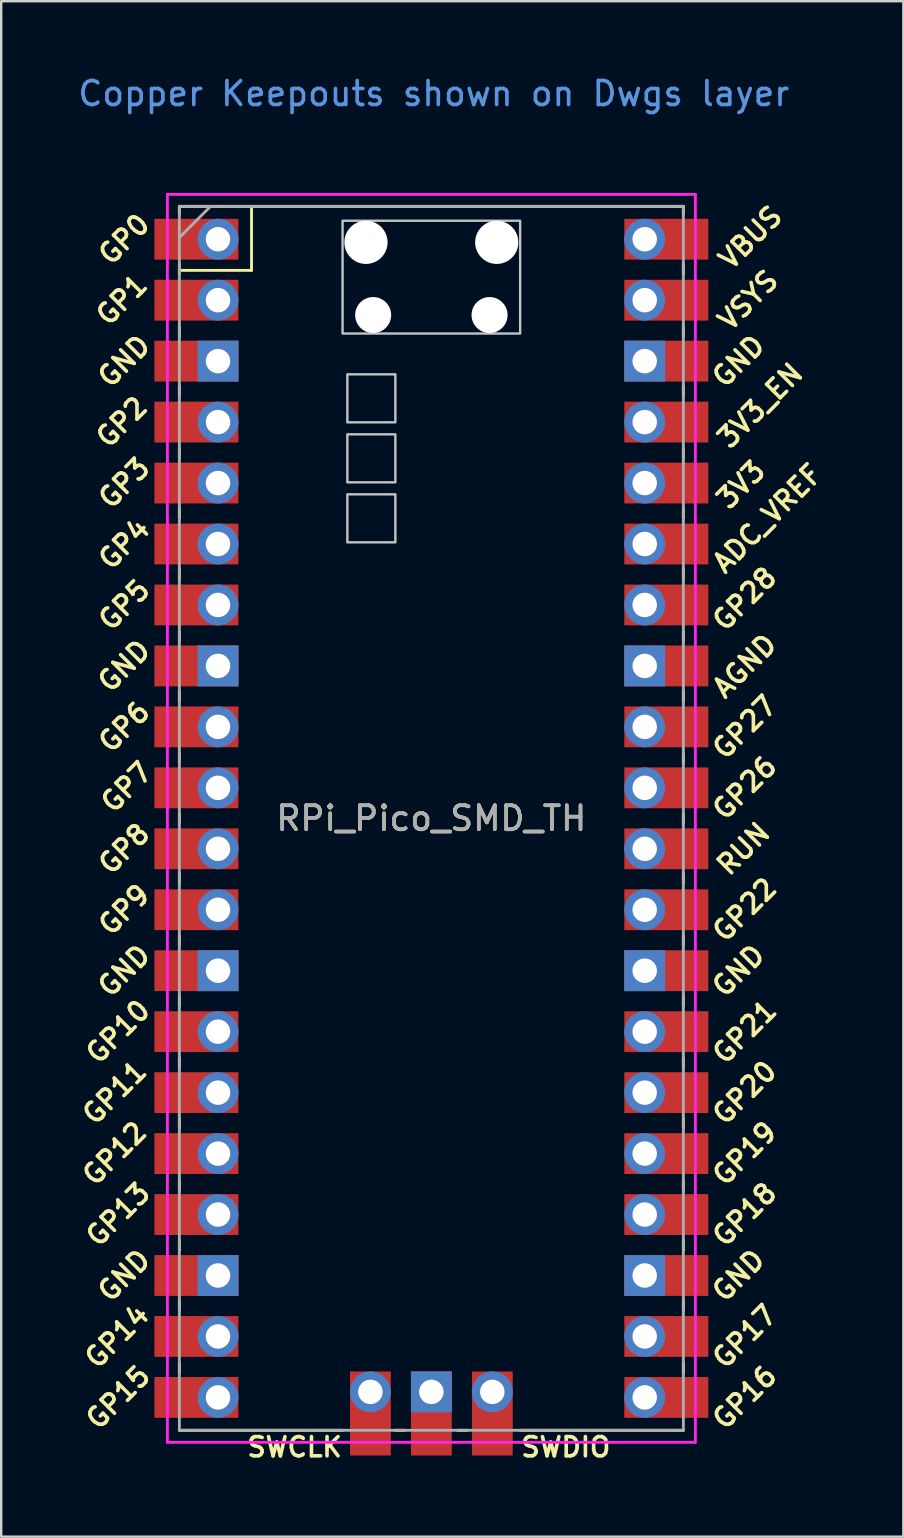
<source format=kicad_pcb>
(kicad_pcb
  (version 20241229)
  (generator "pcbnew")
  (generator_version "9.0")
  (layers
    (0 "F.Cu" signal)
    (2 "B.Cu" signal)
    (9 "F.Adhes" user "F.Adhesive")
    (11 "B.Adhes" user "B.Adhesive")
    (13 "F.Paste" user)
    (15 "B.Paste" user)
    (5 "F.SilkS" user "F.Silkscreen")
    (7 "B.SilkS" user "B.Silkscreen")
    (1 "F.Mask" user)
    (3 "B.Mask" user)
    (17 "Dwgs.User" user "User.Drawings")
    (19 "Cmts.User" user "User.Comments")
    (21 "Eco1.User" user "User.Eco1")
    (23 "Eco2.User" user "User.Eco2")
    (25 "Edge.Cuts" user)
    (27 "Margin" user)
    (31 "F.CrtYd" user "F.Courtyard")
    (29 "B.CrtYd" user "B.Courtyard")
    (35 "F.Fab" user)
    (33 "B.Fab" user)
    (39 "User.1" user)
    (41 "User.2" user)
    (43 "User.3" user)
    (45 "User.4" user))
  (footprint "RPi_Pico_SMD_TH"
    (layer "F.Cu")
    (at 14.924 31.048)
    (property "Reference" "RPi_Pico_SMD_TH" (at 0 0 0) (layer "F.SilkS") (effects (font (size 1 1) (thickness 0.15))))
    (attr through_hole)
    (fp_line (start -10.5 -25.5) (end -10.5 -25.2) (stroke (width 0.12) (type solid)) (layer "F.SilkS"))
    (fp_line (start -10.5 -25.5) (end 10.5 -25.5) (stroke (width 0.12) (type solid)) (layer "F.SilkS"))
    (fp_line (start -10.5 -23.1) (end -10.5 -22.7) (stroke (width 0.12) (type solid)) (layer "F.SilkS"))
    (fp_line (start -10.5 -22.833) (end -7.493 -22.833) (stroke (width 0.12) (type solid)) (layer "F.SilkS"))
    (fp_line (start -10.5 -20.5) (end -10.5 -20.1) (stroke (width 0.12) (type solid)) (layer "F.SilkS"))
    (fp_line (start -10.5 -18) (end -10.5 -17.6) (stroke (width 0.12) (type solid)) (layer "F.SilkS"))
    (fp_line (start -10.5 -15.4) (end -10.5 -15) (stroke (width 0.12) (type solid)) (layer "F.SilkS"))
    (fp_line (start -10.5 -12.9) (end -10.5 -12.5) (stroke (width 0.12) (type solid)) (layer "F.SilkS"))
    (fp_line (start -10.5 -10.4) (end -10.5 -10) (stroke (width 0.12) (type solid)) (layer "F.SilkS"))
    (fp_line (start -10.5 -7.8) (end -10.5 -7.4) (stroke (width 0.12) (type solid)) (layer "F.SilkS"))
    (fp_line (start -10.5 -5.3) (end -10.5 -4.9) (stroke (width 0.12) (type solid)) (layer "F.SilkS"))
    (fp_line (start -10.5 -2.7) (end -10.5 -2.3) (stroke (width 0.12) (type solid)) (layer "F.SilkS"))
    (fp_line (start -10.5 -0.2) (end -10.5 0.2) (stroke (width 0.12) (type solid)) (layer "F.SilkS"))
    (fp_line (start -10.5 2.3) (end -10.5 2.7) (stroke (width 0.12) (type solid)) (layer "F.SilkS"))
    (fp_line (start -10.5 4.9) (end -10.5 5.3) (stroke (width 0.12) (type solid)) (layer "F.SilkS"))
    (fp_line (start -10.5 7.4) (end -10.5 7.8) (stroke (width 0.12) (type solid)) (layer "F.SilkS"))
    (fp_line (start -10.5 10) (end -10.5 10.4) (stroke (width 0.12) (type solid)) (layer "F.SilkS"))
    (fp_line (start -10.5 12.5) (end -10.5 12.9) (stroke (width 0.12) (type solid)) (layer "F.SilkS"))
    (fp_line (start -10.5 15.1) (end -10.5 15.5) (stroke (width 0.12) (type solid)) (layer "F.SilkS"))
    (fp_line (start -10.5 17.6) (end -10.5 18) (stroke (width 0.12) (type solid)) (layer "F.SilkS"))
    (fp_line (start -10.5 20.1) (end -10.5 20.5) (stroke (width 0.12) (type solid)) (layer "F.SilkS"))
    (fp_line (start -10.5 22.7) (end -10.5 23.1) (stroke (width 0.12) (type solid)) (layer "F.SilkS"))
    (fp_line (start -7.493 -22.833) (end -7.493 -25.5) (stroke (width 0.12) (type solid)) (layer "F.SilkS"))
    (fp_line (start -3.7 25.5) (end -10.5 25.5) (stroke (width 0.12) (type solid)) (layer "F.SilkS"))
    (fp_line (start -1.5 25.5) (end -1.1 25.5) (stroke (width 0.12) (type solid)) (layer "F.SilkS"))
    (fp_line (start 1.1 25.5) (end 1.5 25.5) (stroke (width 0.12) (type solid)) (layer "F.SilkS"))
    (fp_line (start 10.5 -25.5) (end 10.5 -25.2) (stroke (width 0.12) (type solid)) (layer "F.SilkS"))
    (fp_line (start 10.5 -23.1) (end 10.5 -22.7) (stroke (width 0.12) (type solid)) (layer "F.SilkS"))
    (fp_line (start 10.5 -20.5) (end 10.5 -20.1) (stroke (width 0.12) (type solid)) (layer "F.SilkS"))
    (fp_line (start 10.5 -18) (end 10.5 -17.6) (stroke (width 0.12) (type solid)) (layer "F.SilkS"))
    (fp_line (start 10.5 -15.4) (end 10.5 -15) (stroke (width 0.12) (type solid)) (layer "F.SilkS"))
    (fp_line (start 10.5 -12.9) (end 10.5 -12.5) (stroke (width 0.12) (type solid)) (layer "F.SilkS"))
    (fp_line (start 10.5 -10.4) (end 10.5 -10) (stroke (width 0.12) (type solid)) (layer "F.SilkS"))
    (fp_line (start 10.5 -7.8) (end 10.5 -7.4) (stroke (width 0.12) (type solid)) (layer "F.SilkS"))
    (fp_line (start 10.5 -5.3) (end 10.5 -4.9) (stroke (width 0.12) (type solid)) (layer "F.SilkS"))
    (fp_line (start 10.5 -2.7) (end 10.5 -2.3) (stroke (width 0.12) (type solid)) (layer "F.SilkS"))
    (fp_line (start 10.5 -0.2) (end 10.5 0.2) (stroke (width 0.12) (type solid)) (layer "F.SilkS"))
    (fp_line (start 10.5 2.3) (end 10.5 2.7) (stroke (width 0.12) (type solid)) (layer "F.SilkS"))
    (fp_line (start 10.5 4.9) (end 10.5 5.3) (stroke (width 0.12) (type solid)) (layer "F.SilkS"))
    (fp_line (start 10.5 7.4) (end 10.5 7.8) (stroke (width 0.12) (type solid)) (layer "F.SilkS"))
    (fp_line (start 10.5 10) (end 10.5 10.4) (stroke (width 0.12) (type solid)) (layer "F.SilkS"))
    (fp_line (start 10.5 12.5) (end 10.5 12.9) (stroke (width 0.12) (type solid)) (layer "F.SilkS"))
    (fp_line (start 10.5 15.1) (end 10.5 15.5) (stroke (width 0.12) (type solid)) (layer "F.SilkS"))
    (fp_line (start 10.5 17.6) (end 10.5 18) (stroke (width 0.12) (type solid)) (layer "F.SilkS"))
    (fp_line (start 10.5 20.1) (end 10.5 20.5) (stroke (width 0.12) (type solid)) (layer "F.SilkS"))
    (fp_line (start 10.5 22.7) (end 10.5 23.1) (stroke (width 0.12) (type solid)) (layer "F.SilkS"))
    (fp_line (start 10.5 25.5) (end 3.7 25.5) (stroke (width 0.12) (type solid)) (layer "F.SilkS"))
    (fp_poly (pts (xy -1.5 -16.5) (xy -3.5 -16.5) (xy -3.5 -18.5) (xy -1.5 -18.5)) (stroke (width 0.1) (type solid)) (fill no) (layer "Dwgs.User"))
    (fp_poly (pts (xy -1.5 -14) (xy -3.5 -14) (xy -3.5 -16) (xy -1.5 -16)) (stroke (width 0.1) (type solid)) (fill no) (layer "Dwgs.User"))
    (fp_poly (pts (xy -1.5 -11.5) (xy -3.5 -11.5) (xy -3.5 -13.5) (xy -1.5 -13.5)) (stroke (width 0.1) (type solid)) (fill no) (layer "Dwgs.User"))
    (fp_poly (pts (xy 3.7 -20.2) (xy -3.7 -20.2) (xy -3.7 -24.9) (xy 3.7 -24.9)) (stroke (width 0.1) (type solid)) (fill no) (layer "Dwgs.User"))
    (fp_line (start -11 -26) (end 11 -26) (stroke (width 0.12) (type solid)) (layer "F.CrtYd"))
    (fp_line (start -11 26) (end -11 -26) (stroke (width 0.12) (type solid)) (layer "F.CrtYd"))
    (fp_line (start 11 -26) (end 11 26) (stroke (width 0.12) (type solid)) (layer "F.CrtYd"))
    (fp_line (start 11 26) (end -11 26) (stroke (width 0.12) (type solid)) (layer "F.CrtYd"))
    (fp_line (start -10.5 -25.5) (end 10.5 -25.5) (stroke (width 0.12) (type solid)) (layer "F.Fab"))
    (fp_line (start -10.5 -24.2) (end -9.2 -25.5) (stroke (width 0.12) (type solid)) (layer "F.Fab"))
    (fp_line (start -10.5 25.5) (end -10.5 -25.5) (stroke (width 0.12) (type solid)) (layer "F.Fab"))
    (fp_line (start 10.5 -25.5) (end 10.5 25.5) (stroke (width 0.12) (type solid)) (layer "F.Fab"))
    (fp_line (start 10.5 25.5) (end -10.5 25.5) (stroke (width 0.12) (type solid)) (layer "F.Fab"))
    (fp_text user "3V3" (at 12.9 -13.9 45) (layer "F.SilkS") (effects (font (size 0.8 0.8) (thickness 0.15))))
    (fp_text user "GP20" (at 13.054 11.43 45) (layer "F.SilkS") (effects (font (size 0.8 0.8) (thickness 0.15))))
    (fp_text user "GND" (at 12.8 -19.05 45) (layer "F.SilkS") (effects (font (size 0.8 0.8) (thickness 0.15))))
    (fp_text user "GP15" (at -13.054 24.13 45) (layer "F.SilkS") (effects (font (size 0.8 0.8) (thickness 0.15))))
    (fp_text user "ADC_VREF" (at 14 -12.5 45) (layer "F.SilkS") (effects (font (size 0.8 0.8) (thickness 0.15))))
    (fp_text user "GND" (at -12.8 6.35 45) (layer "F.SilkS") (effects (font (size 0.8 0.8) (thickness 0.15))))
    (fp_text user "GP9" (at -12.8 3.81 45) (layer "F.SilkS") (effects (font (size 0.8 0.8) (thickness 0.15))))
    (fp_text user "GP22" (at 13.054 3.81 45) (layer "F.SilkS") (effects (font (size 0.8 0.8) (thickness 0.15))))
    (fp_text user "GP0" (at -12.8 -24.13 45) (layer "F.SilkS") (effects (font (size 0.8 0.8) (thickness 0.15))))
    (fp_text user "GP18" (at 13.054 16.51 45) (layer "F.SilkS") (effects (font (size 0.8 0.8) (thickness 0.15))))
    (fp_text user "GP7" (at -12.7 -1.3 45) (layer "F.SilkS") (effects (font (size 0.8 0.8) (thickness 0.15))))
    (fp_text user "GND" (at -12.8 19.05 45) (layer "F.SilkS") (effects (font (size 0.8 0.8) (thickness 0.15))))
    (fp_text user "GND" (at -12.8 -6.35 45) (layer "F.SilkS") (effects (font (size 0.8 0.8) (thickness 0.15))))
    (fp_text user "GP19" (at 13.054 13.97 45) (layer "F.SilkS") (effects (font (size 0.8 0.8) (thickness 0.15))))
    (fp_text user "GP2" (at -12.9 -16.51 45) (layer "F.SilkS") (effects (font (size 0.8 0.8) (thickness 0.15))))
    (fp_text user "GP16" (at 13.054 24.13 45) (layer "F.SilkS") (effects (font (size 0.8 0.8) (thickness 0.15))))
    (fp_text user "GP26" (at 13.054 -1.27 45) (layer "F.SilkS") (effects (font (size 0.8 0.8) (thickness 0.15))))
    (fp_text user "GP17" (at 13.054 21.59 45) (layer "F.SilkS") (effects (font (size 0.8 0.8) (thickness 0.15))))
    (fp_text user "SWDIO" (at 5.6 26.2 0) (layer "F.SilkS") (effects (font (size 0.8 0.8) (thickness 0.15))))
    (fp_text user "GP28" (at 13.054 -9.144 45) (layer "F.SilkS") (effects (font (size 0.8 0.8) (thickness 0.15))))
    (fp_text user "3V3_EN" (at 13.7 -17.2 45) (layer "F.SilkS") (effects (font (size 0.8 0.8) (thickness 0.15))))
    (fp_text user "GP6" (at -12.8 -3.81 45) (layer "F.SilkS") (effects (font (size 0.8 0.8) (thickness 0.15))))
    (fp_text user "GP12" (at -13.2 13.97 45) (layer "F.SilkS") (effects (font (size 0.8 0.8) (thickness 0.15))))
    (fp_text user "GP8" (at -12.8 1.27 45) (layer "F.SilkS") (effects (font (size 0.8 0.8) (thickness 0.15))))
    (fp_text user "GP4" (at -12.8 -11.43 45) (layer "F.SilkS") (effects (font (size 0.8 0.8) (thickness 0.15))))
    (fp_text user "GP11" (at -13.2 11.43 45) (layer "F.SilkS") (effects (font (size 0.8 0.8) (thickness 0.15))))
    (fp_text user "GP10" (at -13.054 8.89 45) (layer "F.SilkS") (effects (font (size 0.8 0.8) (thickness 0.15))))
    (fp_text user "GP21" (at 13.054 8.9 45) (layer "F.SilkS") (effects (font (size 0.8 0.8) (thickness 0.15))))
    (fp_text user "GP1" (at -12.9 -21.6 45) (layer "F.SilkS") (effects (font (size 0.8 0.8) (thickness 0.15))))
    (fp_text user "GND" (at 12.8 6.35 45) (layer "F.SilkS") (effects (font (size 0.8 0.8) (thickness 0.15))))
    (fp_text user "GND" (at -12.8 -19.05 45) (layer "F.SilkS") (effects (font (size 0.8 0.8) (thickness 0.15))))
    (fp_text user "VSYS" (at 13.2 -21.59 45) (layer "F.SilkS") (effects (font (size 0.8 0.8) (thickness 0.15))))
    (fp_text user "GP3" (at -12.8 -13.97 45) (layer "F.SilkS") (effects (font (size 0.8 0.8) (thickness 0.15))))
    (fp_text user "GP14" (at -13.1 21.59 45) (layer "F.SilkS") (effects (font (size 0.8 0.8) (thickness 0.15))))
    (fp_text user "RUN" (at 13 1.27 45) (layer "F.SilkS") (effects (font (size 0.8 0.8) (thickness 0.15))))
    (fp_text user "GP13" (at -13.054 16.51 45) (layer "F.SilkS") (effects (font (size 0.8 0.8) (thickness 0.15))))
    (fp_text user "SWCLK" (at -5.7 26.2 0) (layer "F.SilkS") (effects (font (size 0.8 0.8) (thickness 0.15))))
    (fp_text user "GP5" (at -12.8 -8.89 45) (layer "F.SilkS") (effects (font (size 0.8 0.8) (thickness 0.15))))
    (fp_text user "VBUS" (at 13.3 -24.2 45) (layer "F.SilkS") (effects (font (size 0.8 0.8) (thickness 0.15))))
    (fp_text user "GND" (at 12.8 19.05 45) (layer "F.SilkS") (effects (font (size 0.8 0.8) (thickness 0.15))))
    (fp_text user "AGND" (at 13.054 -6.35 45) (layer "F.SilkS") (effects (font (size 0.8 0.8) (thickness 0.15))))
    (fp_text user "GP27" (at 13.054 -3.8 45) (layer "F.SilkS") (effects (font (size 0.8 0.8) (thickness 0.15))))
    (fp_text user "Copper Keepouts shown on Dwgs layer" (at 0.1 -30.2 0) (layer "Cmts.User") (effects (font (size 1 1) (thickness 0.15))))
    (fp_text user "${REFERENCE}" (at 0 0 180) (layer "F.Fab") (effects (font (size 1 1) (thickness 0.15))))
    (pad "" np_thru_hole oval (at -2.725 -24) (size 1.8 1.8) (drill 1.8) (layers "*.Cu" "*.Mask"))
    (pad "" np_thru_hole oval (at -2.425 -20.97) (size 1.5 1.5) (drill 1.5) (layers "*.Cu" "*.Mask"))
    (pad "" np_thru_hole oval (at 2.425 -20.97) (size 1.5 1.5) (drill 1.5) (layers "*.Cu" "*.Mask"))
    (pad "" np_thru_hole oval (at 2.725 -24) (size 1.8 1.8) (drill 1.8) (layers "*.Cu" "*.Mask"))
    (pad "1" thru_hole oval (at -8.89 -24.13) (size 1.7 1.7) (drill 1.02) (layers "*.Cu" "*.Mask"))
    (pad "1" smd rect (at -8.89 -24.13) (size 3.5 1.7) (drill (offset -0.9 0)) (layers "F.Cu" "F.Mask"))
    (pad "2" thru_hole oval (at -8.89 -21.59) (size 1.7 1.7) (drill 1.02) (layers "*.Cu" "*.Mask"))
    (pad "2" smd rect (at -8.89 -21.59) (size 3.5 1.7) (drill (offset -0.9 0)) (layers "F.Cu" "F.Mask"))
    (pad "3" thru_hole rect (at -8.89 -19.05) (size 1.7 1.7) (drill 1.02) (layers "*.Cu" "*.Mask"))
    (pad "3" smd rect (at -8.89 -19.05) (size 3.5 1.7) (drill (offset -0.9 0)) (layers "F.Cu" "F.Mask"))
    (pad "4" thru_hole oval (at -8.89 -16.51) (size 1.7 1.7) (drill 1.02) (layers "*.Cu" "*.Mask"))
    (pad "4" smd rect (at -8.89 -16.51) (size 3.5 1.7) (drill (offset -0.9 0)) (layers "F.Cu" "F.Mask"))
    (pad "5" thru_hole oval (at -8.89 -13.97) (size 1.7 1.7) (drill 1.02) (layers "*.Cu" "*.Mask"))
    (pad "5" smd rect (at -8.89 -13.97) (size 3.5 1.7) (drill (offset -0.9 0)) (layers "F.Cu" "F.Mask"))
    (pad "6" thru_hole oval (at -8.89 -11.43) (size 1.7 1.7) (drill 1.02) (layers "*.Cu" "*.Mask"))
    (pad "6" smd rect (at -8.89 -11.43) (size 3.5 1.7) (drill (offset -0.9 0)) (layers "F.Cu" "F.Mask"))
    (pad "7" thru_hole oval (at -8.89 -8.89) (size 1.7 1.7) (drill 1.02) (layers "*.Cu" "*.Mask"))
    (pad "7" smd rect (at -8.89 -8.89) (size 3.5 1.7) (drill (offset -0.9 0)) (layers "F.Cu" "F.Mask"))
    (pad "8" thru_hole rect (at -8.89 -6.35) (size 1.7 1.7) (drill 1.02) (layers "*.Cu" "*.Mask"))
    (pad "8" smd rect (at -8.89 -6.35) (size 3.5 1.7) (drill (offset -0.9 0)) (layers "F.Cu" "F.Mask"))
    (pad "9" thru_hole oval (at -8.89 -3.81) (size 1.7 1.7) (drill 1.02) (layers "*.Cu" "*.Mask"))
    (pad "9" smd rect (at -8.89 -3.81) (size 3.5 1.7) (drill (offset -0.9 0)) (layers "F.Cu" "F.Mask"))
    (pad "10" thru_hole oval (at -8.89 -1.27) (size 1.7 1.7) (drill 1.02) (layers "*.Cu" "*.Mask"))
    (pad "10" smd rect (at -8.89 -1.27) (size 3.5 1.7) (drill (offset -0.9 0)) (layers "F.Cu" "F.Mask"))
    (pad "11" thru_hole oval (at -8.89 1.27) (size 1.7 1.7) (drill 1.02) (layers "*.Cu" "*.Mask"))
    (pad "11" smd rect (at -8.89 1.27) (size 3.5 1.7) (drill (offset -0.9 0)) (layers "F.Cu" "F.Mask"))
    (pad "12" thru_hole oval (at -8.89 3.81) (size 1.7 1.7) (drill 1.02) (layers "*.Cu" "*.Mask"))
    (pad "12" smd rect (at -8.89 3.81) (size 3.5 1.7) (drill (offset -0.9 0)) (layers "F.Cu" "F.Mask"))
    (pad "13" thru_hole rect (at -8.89 6.35) (size 1.7 1.7) (drill 1.02) (layers "*.Cu" "*.Mask"))
    (pad "13" smd rect (at -8.89 6.35) (size 3.5 1.7) (drill (offset -0.9 0)) (layers "F.Cu" "F.Mask"))
    (pad "14" thru_hole oval (at -8.89 8.89) (size 1.7 1.7) (drill 1.02) (layers "*.Cu" "*.Mask"))
    (pad "14" smd rect (at -8.89 8.89) (size 3.5 1.7) (drill (offset -0.9 0)) (layers "F.Cu" "F.Mask"))
    (pad "15" thru_hole oval (at -8.89 11.43) (size 1.7 1.7) (drill 1.02) (layers "*.Cu" "*.Mask"))
    (pad "15" smd rect (at -8.89 11.43) (size 3.5 1.7) (drill (offset -0.9 0)) (layers "F.Cu" "F.Mask"))
    (pad "16" thru_hole oval (at -8.89 13.97) (size 1.7 1.7) (drill 1.02) (layers "*.Cu" "*.Mask"))
    (pad "16" smd rect (at -8.89 13.97) (size 3.5 1.7) (drill (offset -0.9 0)) (layers "F.Cu" "F.Mask"))
    (pad "17" thru_hole oval (at -8.89 16.51) (size 1.7 1.7) (drill 1.02) (layers "*.Cu" "*.Mask"))
    (pad "17" smd rect (at -8.89 16.51) (size 3.5 1.7) (drill (offset -0.9 0)) (layers "F.Cu" "F.Mask"))
    (pad "18" thru_hole rect (at -8.89 19.05) (size 1.7 1.7) (drill 1.02) (layers "*.Cu" "*.Mask"))
    (pad "18" smd rect (at -8.89 19.05) (size 3.5 1.7) (drill (offset -0.9 0)) (layers "F.Cu" "F.Mask"))
    (pad "19" thru_hole oval (at -8.89 21.59) (size 1.7 1.7) (drill 1.02) (layers "*.Cu" "*.Mask"))
    (pad "19" smd rect (at -8.89 21.59) (size 3.5 1.7) (drill (offset -0.9 0)) (layers "F.Cu" "F.Mask"))
    (pad "20" thru_hole oval (at -8.89 24.13) (size 1.7 1.7) (drill 1.02) (layers "*.Cu" "*.Mask"))
    (pad "20" smd rect (at -8.89 24.13) (size 3.5 1.7) (drill (offset -0.9 0)) (layers "F.Cu" "F.Mask"))
    (pad "21" thru_hole oval (at 8.89 24.13) (size 1.7 1.7) (drill 1.02) (layers "*.Cu" "*.Mask"))
    (pad "21" smd rect (at 8.89 24.13) (size 3.5 1.7) (drill (offset 0.9 0)) (layers "F.Cu" "F.Mask"))
    (pad "22" thru_hole oval (at 8.89 21.59) (size 1.7 1.7) (drill 1.02) (layers "*.Cu" "*.Mask"))
    (pad "22" smd rect (at 8.89 21.59) (size 3.5 1.7) (drill (offset 0.9 0)) (layers "F.Cu" "F.Mask"))
    (pad "23" thru_hole rect (at 8.89 19.05) (size 1.7 1.7) (drill 1.02) (layers "*.Cu" "*.Mask"))
    (pad "23" smd rect (at 8.89 19.05) (size 3.5 1.7) (drill (offset 0.9 0)) (layers "F.Cu" "F.Mask"))
    (pad "24" thru_hole oval (at 8.89 16.51) (size 1.7 1.7) (drill 1.02) (layers "*.Cu" "*.Mask"))
    (pad "24" smd rect (at 8.89 16.51) (size 3.5 1.7) (drill (offset 0.9 0)) (layers "F.Cu" "F.Mask"))
    (pad "25" thru_hole oval (at 8.89 13.97) (size 1.7 1.7) (drill 1.02) (layers "*.Cu" "*.Mask"))
    (pad "25" smd rect (at 8.89 13.97) (size 3.5 1.7) (drill (offset 0.9 0)) (layers "F.Cu" "F.Mask"))
    (pad "26" thru_hole oval (at 8.89 11.43) (size 1.7 1.7) (drill 1.02) (layers "*.Cu" "*.Mask"))
    (pad "26" smd rect (at 8.89 11.43) (size 3.5 1.7) (drill (offset 0.9 0)) (layers "F.Cu" "F.Mask"))
    (pad "27" thru_hole oval (at 8.89 8.89) (size 1.7 1.7) (drill 1.02) (layers "*.Cu" "*.Mask"))
    (pad "27" smd rect (at 8.89 8.89) (size 3.5 1.7) (drill (offset 0.9 0)) (layers "F.Cu" "F.Mask"))
    (pad "28" thru_hole rect (at 8.89 6.35) (size 1.7 1.7) (drill 1.02) (layers "*.Cu" "*.Mask"))
    (pad "28" smd rect (at 8.89 6.35) (size 3.5 1.7) (drill (offset 0.9 0)) (layers "F.Cu" "F.Mask"))
    (pad "29" thru_hole oval (at 8.89 3.81) (size 1.7 1.7) (drill 1.02) (layers "*.Cu" "*.Mask"))
    (pad "29" smd rect (at 8.89 3.81) (size 3.5 1.7) (drill (offset 0.9 0)) (layers "F.Cu" "F.Mask"))
    (pad "30" thru_hole oval (at 8.89 1.27) (size 1.7 1.7) (drill 1.02) (layers "*.Cu" "*.Mask"))
    (pad "30" smd rect (at 8.89 1.27) (size 3.5 1.7) (drill (offset 0.9 0)) (layers "F.Cu" "F.Mask"))
    (pad "31" thru_hole oval (at 8.89 -1.27) (size 1.7 1.7) (drill 1.02) (layers "*.Cu" "*.Mask"))
    (pad "31" smd rect (at 8.89 -1.27) (size 3.5 1.7) (drill (offset 0.9 0)) (layers "F.Cu" "F.Mask"))
    (pad "32" thru_hole oval (at 8.89 -3.81) (size 1.7 1.7) (drill 1.02) (layers "*.Cu" "*.Mask"))
    (pad "32" smd rect (at 8.89 -3.81) (size 3.5 1.7) (drill (offset 0.9 0)) (layers "F.Cu" "F.Mask"))
    (pad "33" thru_hole rect (at 8.89 -6.35) (size 1.7 1.7) (drill 1.02) (layers "*.Cu" "*.Mask"))
    (pad "33" smd rect (at 8.89 -6.35) (size 3.5 1.7) (drill (offset 0.9 0)) (layers "F.Cu" "F.Mask"))
    (pad "34" thru_hole oval (at 8.89 -8.89) (size 1.7 1.7) (drill 1.02) (layers "*.Cu" "*.Mask"))
    (pad "34" smd rect (at 8.89 -8.89) (size 3.5 1.7) (drill (offset 0.9 0)) (layers "F.Cu" "F.Mask"))
    (pad "35" thru_hole oval (at 8.89 -11.43) (size 1.7 1.7) (drill 1.02) (layers "*.Cu" "*.Mask"))
    (pad "35" smd rect (at 8.89 -11.43) (size 3.5 1.7) (drill (offset 0.9 0)) (layers "F.Cu" "F.Mask"))
    (pad "36" thru_hole oval (at 8.89 -13.97) (size 1.7 1.7) (drill 1.02) (layers "*.Cu" "*.Mask"))
    (pad "36" smd rect (at 8.89 -13.97) (size 3.5 1.7) (drill (offset 0.9 0)) (layers "F.Cu" "F.Mask"))
    (pad "37" thru_hole oval (at 8.89 -16.51) (size 1.7 1.7) (drill 1.02) (layers "*.Cu" "*.Mask"))
    (pad "37" smd rect (at 8.89 -16.51) (size 3.5 1.7) (drill (offset 0.9 0)) (layers "F.Cu" "F.Mask"))
    (pad "38" thru_hole rect (at 8.89 -19.05) (size 1.7 1.7) (drill 1.02) (layers "*.Cu" "*.Mask"))
    (pad "38" smd rect (at 8.89 -19.05) (size 3.5 1.7) (drill (offset 0.9 0)) (layers "F.Cu" "F.Mask"))
    (pad "39" thru_hole oval (at 8.89 -21.59) (size 1.7 1.7) (drill 1.02) (layers "*.Cu" "*.Mask"))
    (pad "39" smd rect (at 8.89 -21.59) (size 3.5 1.7) (drill (offset 0.9 0)) (layers "F.Cu" "F.Mask"))
    (pad "40" thru_hole oval (at 8.89 -24.13) (size 1.7 1.7) (drill 1.02) (layers "*.Cu" "*.Mask"))
    (pad "40" smd rect (at 8.89 -24.13) (size 3.5 1.7) (drill (offset 0.9 0)) (layers "F.Cu" "F.Mask"))
    (pad "41" thru_hole oval (at -2.54 23.9) (size 1.7 1.7) (drill 1.02) (layers "*.Cu" "*.Mask"))
    (pad "41" smd rect (at -2.54 23.9 90) (size 3.5 1.7) (drill (offset -0.9 0)) (layers "F.Cu" "F.Mask"))
    (pad "42" thru_hole rect (at 0 23.9) (size 1.7 1.7) (drill 1.02) (layers "*.Cu" "*.Mask"))
    (pad "42" smd rect (at 0 23.9 90) (size 3.5 1.7) (drill (offset -0.9 0)) (layers "F.Cu" "F.Mask"))
    (pad "43" thru_hole oval (at 2.54 23.9) (size 1.7 1.7) (drill 1.02) (layers "*.Cu" "*.Mask"))
    (pad "43" smd rect (at 2.54 23.9 90) (size 3.5 1.7) (drill (offset -0.9 0)) (layers "F.Cu" "F.Mask")))
  (gr_rect
    (start -3 -3)
    (end 34.591 60.98)
    (stroke (width 0.1) (type default))
    (fill no)
    (layer "Edge.Cuts")))
</source>
